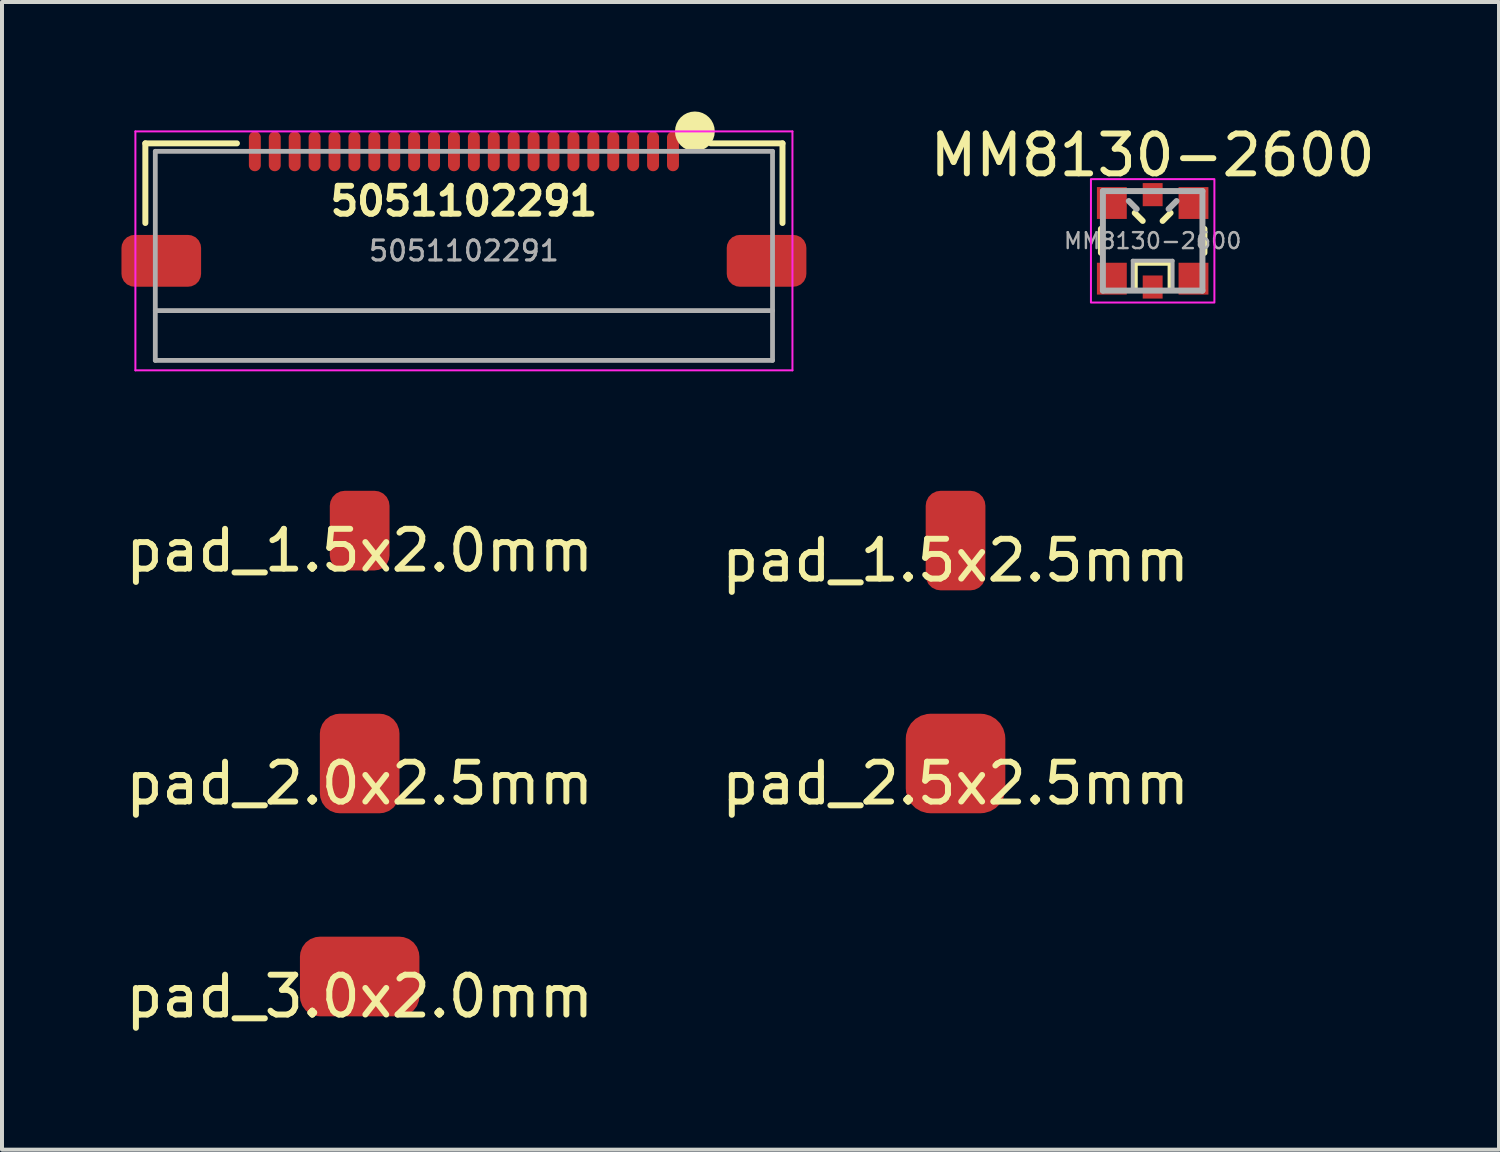
<source format=kicad_pcb>
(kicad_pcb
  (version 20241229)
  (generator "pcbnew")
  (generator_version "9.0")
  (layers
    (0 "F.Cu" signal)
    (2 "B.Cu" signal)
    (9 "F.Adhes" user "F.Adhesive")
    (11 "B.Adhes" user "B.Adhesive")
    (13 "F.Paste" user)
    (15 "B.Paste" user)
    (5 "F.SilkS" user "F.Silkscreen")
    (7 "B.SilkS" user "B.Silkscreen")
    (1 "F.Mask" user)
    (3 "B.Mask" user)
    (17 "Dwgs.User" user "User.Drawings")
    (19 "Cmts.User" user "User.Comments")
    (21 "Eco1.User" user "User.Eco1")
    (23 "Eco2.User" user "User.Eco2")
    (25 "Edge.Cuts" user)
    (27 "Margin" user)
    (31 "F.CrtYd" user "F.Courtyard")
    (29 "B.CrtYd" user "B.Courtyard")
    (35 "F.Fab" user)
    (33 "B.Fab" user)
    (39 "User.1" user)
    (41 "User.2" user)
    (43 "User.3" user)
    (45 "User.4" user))
  (footprint "pad_2.5x2.5mm"
    (layer "F.Cu")
    (at 20.946 16.123)
    (property "Reference" "pad_2.5x2.5mm" (at 0 0.5 0) (layer "F.SilkS") (effects (font (size 1 1) (thickness 0.15))))
    (attr through_hole)
    (pad "1" smd roundrect (at 0 0) (size 2.5 2.5) (layers "F.Cu" "F.Mask") (roundrect_rratio 0.25)))
  (footprint "pad_1.5x2.0mm"
    (layer "F.Cu")
    (at 5.982 10.275)
    (property "Reference" "pad_1.5x2.0mm" (at 0 0.5 0) (layer "F.SilkS") (effects (font (size 1 1) (thickness 0.15))))
    (attr through_hole)
    (pad "1" smd roundrect (at 0 0) (size 1.5 2) (layers "F.Cu" "F.Mask") (roundrect_rratio 0.25)))
  (footprint "pad_3.0x2.0mm"
    (layer "F.Cu")
    (at 5.982 21.472)
    (property "Reference" "pad_3.0x2.0mm" (at 0 0.5 0) (layer "F.SilkS") (effects (font (size 1 1) (thickness 0.15))))
    (attr through_hole)
    (pad "1" smd roundrect (at 0 0) (size 3 2) (layers "F.Cu" "F.Mask") (roundrect_rratio 0.25)))
  (footprint "pad_1.5x2.5mm"
    (layer "F.Cu")
    (at 20.946 10.525)
    (property "Reference" "pad_1.5x2.5mm" (at 0 0.5 0) (layer "F.SilkS") (effects (font (size 1 1) (thickness 0.15))))
    (attr through_hole)
    (pad "1" smd roundrect (at 0 0) (size 1.5 2.5) (layers "F.Cu" "F.Mask") (roundrect_rratio 0.25)))
  (footprint "pad_2.0x2.5mm"
    (layer "F.Cu")
    (at 5.982 16.123)
    (property "Reference" "pad_2.0x2.5mm" (at 0 0.5 0) (layer "F.SilkS") (effects (font (size 1 1) (thickness 0.15))))
    (attr through_hole)
    (pad "1" smd roundrect (at 0 0) (size 2 2.5) (layers "F.Cu" "F.Mask") (roundrect_rratio 0.25)))
  (footprint "5051102291"
    (layer "F.Cu")
    (at 8.6 3.25)
    (property "Reference" "5051102291" (at 0 -1.25 0) (layer "F.SilkS") (effects (font (size 0.7 0.7) (thickness 0.15))))
    (property "Value" "${VALUE}" (at 0 2.25 0) (layer "F.Fab") (hide yes) (effects (font (size 0.5 0.5) (thickness 0.08))))
    (attr through_hole)
    (fp_line (start -8 -2.7) (end -8 -0.7) (stroke (width 0.15) (type solid)) (layer "F.SilkS"))
    (fp_line (start -5.7 -2.7) (end -8 -2.7) (stroke (width 0.15) (type solid)) (layer "F.SilkS"))
    (fp_line (start 6.2 -2.7) (end 8 -2.7) (stroke (width 0.15) (type solid)) (layer "F.SilkS"))
    (fp_line (start 8 -2.7) (end 8 -0.7) (stroke (width 0.15) (type solid)) (layer "F.SilkS"))
    (fp_circle (center 5.8 -3) (end 5.8 -3) (stroke (width 0.5) (type solid)) (fill no) (layer "F.SilkS"))
    (fp_line (start -8.25 -3) (end 8.25 -3) (stroke (width 0.05) (type solid)) (layer "F.CrtYd"))
    (fp_line (start -8.25 3) (end -8.25 -3) (stroke (width 0.05) (type solid)) (layer "F.CrtYd"))
    (fp_line (start 8.25 -3) (end 8.25 3) (stroke (width 0.05) (type solid)) (layer "F.CrtYd"))
    (fp_line (start 8.25 3) (end -8.25 3) (stroke (width 0.05) (type solid)) (layer "F.CrtYd"))
    (fp_line (start -7.75 -2.5) (end 7.75 -2.5) (stroke (width 0.12) (type solid)) (layer "F.Fab"))
    (fp_line (start -7.75 1.5) (end 7.75 1.5) (stroke (width 0.12) (type solid)) (layer "F.Fab"))
    (fp_line (start -7.75 2.75) (end -7.75 -2.5) (stroke (width 0.12) (type solid)) (layer "F.Fab"))
    (fp_line (start 7.75 -2.5) (end 7.75 2.75) (stroke (width 0.12) (type solid)) (layer "F.Fab"))
    (fp_line (start 7.75 2.75) (end -7.75 2.75) (stroke (width 0.12) (type solid)) (layer "F.Fab"))
    (fp_text user "${REFERENCE}" (at 0 0 0) (layer "F.Fab") (effects (font (size 0.5 0.5) (thickness 0.08))))
    (pad "1" smd oval (at 5.25 -2.5) (size 0.3 1) (layers "F.Cu" "F.Mask" "F.Paste"))
    (pad "2" smd oval (at 4.75 -2.5) (size 0.3 1) (layers "F.Cu" "F.Mask" "F.Paste"))
    (pad "3" smd oval (at 4.25 -2.5) (size 0.3 1) (layers "F.Cu" "F.Mask" "F.Paste"))
    (pad "4" smd oval (at 3.75 -2.5) (size 0.3 1) (layers "F.Cu" "F.Mask" "F.Paste"))
    (pad "5" smd oval (at 3.25 -2.5) (size 0.3 1) (layers "F.Cu" "F.Mask" "F.Paste"))
    (pad "6" smd oval (at 2.75 -2.5) (size 0.3 1) (layers "F.Cu" "F.Mask" "F.Paste"))
    (pad "7" smd oval (at 2.25 -2.5) (size 0.3 1) (layers "F.Cu" "F.Mask" "F.Paste"))
    (pad "8" smd oval (at 1.75 -2.5) (size 0.3 1) (layers "F.Cu" "F.Mask" "F.Paste"))
    (pad "9" smd oval (at 1.25 -2.5) (size 0.3 1) (layers "F.Cu" "F.Mask" "F.Paste"))
    (pad "10" smd oval (at 0.75 -2.5) (size 0.3 1) (layers "F.Cu" "F.Mask" "F.Paste"))
    (pad "11" smd oval (at 0.25 -2.5) (size 0.3 1) (layers "F.Cu" "F.Mask" "F.Paste"))
    (pad "12" smd oval (at -0.25 -2.5) (size 0.3 1) (layers "F.Cu" "F.Mask" "F.Paste"))
    (pad "13" smd oval (at -0.75 -2.5) (size 0.3 1) (layers "F.Cu" "F.Mask" "F.Paste"))
    (pad "14" smd oval (at -1.25 -2.5) (size 0.3 1) (layers "F.Cu" "F.Mask" "F.Paste"))
    (pad "15" smd oval (at -1.75 -2.5) (size 0.3 1) (layers "F.Cu" "F.Mask" "F.Paste"))
    (pad "16" smd oval (at -2.25 -2.5) (size 0.3 1) (layers "F.Cu" "F.Mask" "F.Paste"))
    (pad "17" smd oval (at -2.75 -2.5) (size 0.3 1) (layers "F.Cu" "F.Mask" "F.Paste"))
    (pad "18" smd oval (at -3.25 -2.5) (size 0.3 1) (layers "F.Cu" "F.Mask" "F.Paste"))
    (pad "19" smd oval (at -3.75 -2.5) (size 0.3 1) (layers "F.Cu" "F.Mask" "F.Paste"))
    (pad "20" smd oval (at -4.25 -2.5) (size 0.3 1) (layers "F.Cu" "F.Mask" "F.Paste"))
    (pad "21" smd oval (at -4.75 -2.5) (size 0.3 1) (layers "F.Cu" "F.Mask" "F.Paste"))
    (pad "22" smd oval (at -5.25 -2.5) (size 0.3 1) (layers "F.Cu" "F.Mask" "F.Paste"))
    (pad "23" smd roundrect (at 7.6 0.25) (size 2 1.3) (layers "F.Cu" "F.Mask" "F.Paste") (roundrect_rratio 0.25))
    (pad "24" smd roundrect (at -7.6 0.25) (size 2 1.3) (layers "F.Cu" "F.Mask" "F.Paste") (roundrect_rratio 0.25)))
  (footprint "MM8130-2600"
    (layer "F.Cu")
    (at 25.896 2.998)
    (property "Reference" "MM8130-2600" (at 0 -2.15 0) (layer "F.SilkS") (effects (font (size 1 1) (thickness 0.15))))
    (attr smd)
    (fp_line (start -1.3 0.3) (end -1.3 -0.3) (stroke (width 0.15) (type solid)) (layer "F.SilkS"))
    (fp_line (start -0.45 -0.7) (end -0.25 -0.5) (stroke (width 0.15) (type solid)) (layer "F.SilkS"))
    (fp_line (start -0.45 0.55) (end 0.45 0.55) (stroke (width 0.15) (type solid)) (layer "F.SilkS"))
    (fp_line (start -0.45 1.2) (end -0.45 0.55) (stroke (width 0.15) (type solid)) (layer "F.SilkS"))
    (fp_line (start 0.45 -0.7) (end 0.25 -0.5) (stroke (width 0.15) (type solid)) (layer "F.SilkS"))
    (fp_line (start 0.45 0.55) (end 0.45 1.2) (stroke (width 0.15) (type solid)) (layer "F.SilkS"))
    (fp_line (start 1.3 0.3) (end 1.3 -0.3) (stroke (width 0.15) (type solid)) (layer "F.SilkS"))
    (fp_rect (start 1.55 -1.55) (end -1.55 1.55) (stroke (width 0.05) (type solid)) (fill no) (layer "F.CrtYd"))
    (fp_line (start -1.25 -1.25) (end 1.25 -1.25) (stroke (width 0.15) (type solid)) (layer "F.Fab"))
    (fp_line (start -1.25 1.25) (end -1.25 -1.25) (stroke (width 0.15) (type solid)) (layer "F.Fab"))
    (fp_line (start -0.6 -1) (end -0.4 -0.8) (stroke (width 0.15) (type solid)) (layer "F.Fab"))
    (fp_line (start -0.5 0.5) (end 0.5 0.5) (stroke (width 0.1) (type solid)) (layer "F.Fab"))
    (fp_line (start -0.5 1.2) (end -0.5 0.5) (stroke (width 0.1) (type solid)) (layer "F.Fab"))
    (fp_line (start 0.5 0.5) (end 0.5 1.2) (stroke (width 0.1) (type solid)) (layer "F.Fab"))
    (fp_line (start 0.6 -1) (end 0.4 -0.8) (stroke (width 0.15) (type solid)) (layer "F.Fab"))
    (fp_line (start 1.25 -1.25) (end 1.25 1.25) (stroke (width 0.15) (type solid)) (layer "F.Fab"))
    (fp_line (start 1.25 1.25) (end -1.25 1.25) (stroke (width 0.15) (type solid)) (layer "F.Fab"))
    (fp_text user "${REFERENCE}" (at 0 0 0) (unlocked yes) (layer "F.Fab") (effects (font (size 0.4 0.4) (thickness 0.06))))
    (pad "1" smd rect (at -1.025 -0.95) (size 0.75 0.8) (layers "F.Cu" "F.Mask" "F.Paste"))
    (pad "2" smd rect (at 1.025 -0.95) (size 0.75 0.8) (layers "F.Cu" "F.Mask" "F.Paste"))
    (pad "3" smd rect (at -1.025 0.95) (size 0.75 0.8) (layers "F.Cu" "F.Mask" "F.Paste"))
    (pad "4" smd rect (at 1.025 0.95) (size 0.75 0.8) (layers "F.Cu" "F.Mask" "F.Paste"))
    (pad "IN" smd rect (at 0 -1.16) (size 0.5 0.58) (layers "F.Cu" "F.Mask" "F.Paste"))
    (pad "OUT" smd rect (at 0 1.16) (size 0.5 0.58) (layers "F.Cu" "F.Mask" "F.Paste"))
    (zone (net_name "") (layer "F.Cu") (hatch full 0.508) (connect_pads) (min_thickness 0.01) (filled_areas_thickness no) (keepout (tracks allowed) (vias allowed) (pads allowed) (copperpour not_allowed) (footprints allowed)) (placement (enabled no)) (fill) (polygon (pts (xy 25.246 1.648) (xy 26.546 1.648) (xy 26.546 2.448) (xy 25.246 2.448))))
    (zone (net_name "") (layer "F.Cu") (hatch full 0.508) (connect_pads) (min_thickness 0.01) (filled_areas_thickness no) (keepout (tracks allowed) (vias allowed) (pads allowed) (copperpour not_allowed) (footprints allowed)) (placement (enabled no)) (fill) (polygon (pts (xy 25.246 3.548) (xy 26.546 3.548) (xy 26.546 4.348) (xy 25.246 4.348)))))
  (gr_rect
    (start -3 -3)
    (end 34.593 25.82)
    (stroke (width 0.1) (type default))
    (fill no)
    (layer "Edge.Cuts")))
</source>
